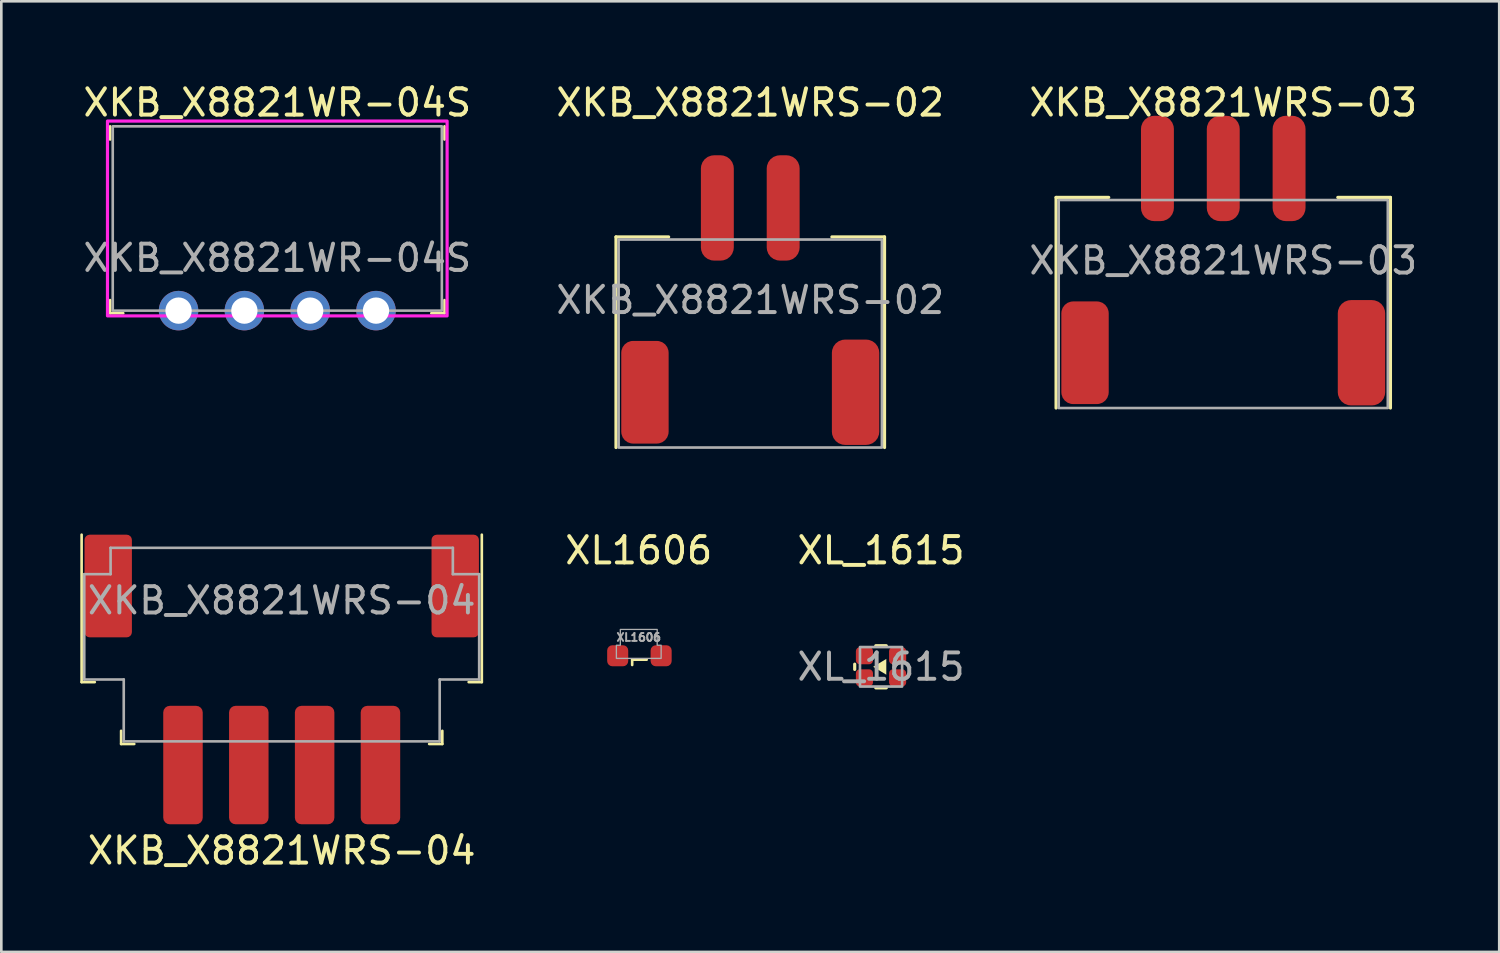
<source format=kicad_pcb>
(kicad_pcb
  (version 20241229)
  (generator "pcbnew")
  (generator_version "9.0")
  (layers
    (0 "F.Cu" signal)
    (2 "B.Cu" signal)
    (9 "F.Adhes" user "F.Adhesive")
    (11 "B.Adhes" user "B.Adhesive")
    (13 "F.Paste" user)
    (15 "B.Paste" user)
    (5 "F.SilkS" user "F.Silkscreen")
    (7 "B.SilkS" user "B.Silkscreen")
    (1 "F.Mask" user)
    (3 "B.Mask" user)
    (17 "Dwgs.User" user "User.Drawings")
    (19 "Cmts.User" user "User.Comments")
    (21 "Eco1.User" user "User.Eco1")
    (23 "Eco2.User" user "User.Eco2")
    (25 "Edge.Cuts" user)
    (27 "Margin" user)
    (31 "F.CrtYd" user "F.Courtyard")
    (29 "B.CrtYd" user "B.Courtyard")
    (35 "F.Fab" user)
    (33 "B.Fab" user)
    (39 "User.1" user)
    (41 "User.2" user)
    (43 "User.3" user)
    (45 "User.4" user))
  (footprint "XL1606"
    (layer "F.Cu")
    (at 21.211 21.857)
    (property "Reference" "XL1606" (at 0 -4 0) (layer "F.SilkS") (effects (font (size 1 1) (thickness 0.15))))
    (attr smd)
    (fp_line (start -0.25 0.15) (end -0.25 0.35) (stroke (width 0.1) (type default)) (layer "F.SilkS"))
    (fp_line (start 0.3 0.15) (end -0.25 0.15) (stroke (width 0.1) (type default)) (layer "F.SilkS"))
    (fp_poly (pts (xy 0.85 -0.4) (xy 0.7 -0.4) (xy 0.7 -1) (xy -0.7 -1) (xy -0.7 -0.4) (xy -0.85 -0.4) (xy -0.85 0.1) (xy 0.85 0.1)) (stroke (width 0.05) (type solid)) (fill no) (layer "F.Fab"))
    (fp_text user "${REFERENCE}" (at 0 -0.7 0) (layer "F.Fab") (effects (font (size 0.3 0.3) (thickness 0.075))))
    (pad "1" smd roundrect (at -0.8 0 90) (size 0.8 0.8) (layers "F.Cu" "F.Mask" "F.Paste") (roundrect_rratio 0.25))
    (pad "2" smd roundrect (at 0.85 0 90) (size 0.8 0.8) (layers "F.Cu" "F.Mask" "F.Paste") (roundrect_rratio 0.25)))
  (footprint "XKB_X8821WRS-03"
    (layer "F.Cu")
    (at 43.411 6.848)
    (property "Reference" "XKB_X8821WRS-03" (at 0 -6 0) (layer "F.SilkS") (effects (font (size 1 1) (thickness 0.15))))
    (attr smd)
    (fp_line (start -6.35 -2.4) (end -6.35 5.6) (stroke (width 0.12) (type default)) (layer "F.SilkS"))
    (fp_line (start -6.35 -2.4) (end -4.35 -2.4) (stroke (width 0.12) (type default)) (layer "F.SilkS"))
    (fp_line (start 6.35 -2.4) (end 4.35 -2.4) (stroke (width 0.12) (type default)) (layer "F.SilkS"))
    (fp_line (start 6.35 -2.4) (end 6.35 5.6) (stroke (width 0.12) (type default)) (layer "F.SilkS"))
    (fp_rect (start -6.25 -2.3) (end 6.25 5.6) (stroke (width 0.1) (type default)) (fill no) (layer "F.Fab"))
    (fp_text user "${REFERENCE}" (at 0 0 0) (layer "F.Fab") (effects (font (size 1 1) (thickness 0.15))))
    (pad "1" smd roundrect (at -2.5 -3.5) (size 1.25 4) (layers "F.Cu" "F.Mask" "F.Paste") (roundrect_rratio 0.4))
    (pad "2" smd roundrect (at 0 -3.5) (size 1.25 4) (layers "F.Cu" "F.Mask" "F.Paste") (roundrect_rratio 0.4))
    (pad "3" smd roundrect (at 2.5 -3.5) (size 1.25 4) (layers "F.Cu" "F.Mask" "F.Paste") (roundrect_rratio 0.4))
    (pad "4" smd roundrect (at 5.25 3.5) (size 1.8 4) (layers "F.Cu" "F.Mask" "F.Paste") (roundrect_rratio 0.278))
    (pad "5" smd roundrect (at -5.25 3.5) (size 1.8 3.9) (layers "F.Cu" "F.Mask" "F.Paste") (roundrect_rratio 0.25)))
  (footprint "XL_1615"
    (layer "F.Cu")
    (at 30.413 22.276)
    (property "Reference" "XL_1615" (at 0 -4.42 0) (layer "F.SilkS") (effects (font (size 1 1) (thickness 0.15))))
    (attr smd)
    (fp_line (start -1 -0.1) (end -1 0.1) (stroke (width 0.12) (type default)) (layer "F.SilkS"))
    (fp_line (start -0.2 -0.8) (end 0.2 -0.8) (stroke (width 0.12) (type default)) (layer "F.SilkS"))
    (fp_line (start -0.2 0.8) (end 0.2 0.8) (stroke (width 0.12) (type default)) (layer "F.SilkS"))
    (fp_poly (pts (xy 0.2 -0.3) (xy -0.3 0) (xy 0.2 0.3)) (stroke (width 0) (type solid)) (fill yes) (layer "F.SilkS"))
    (fp_rect (start -0.8 -0.75) (end 0.8 0.75) (stroke (width 0.1) (type default)) (fill no) (layer "F.Fab"))
    (fp_text user "${REFERENCE}" (at 0 0 0) (layer "F.Fab") (effects (font (size 1 1) (thickness 0.15))))
    (pad "1" smd roundrect (at -0.63 -0.42 180) (size 0.65 0.65) (layers "F.Cu" "F.Mask" "F.Paste") (roundrect_rratio 0.231))
    (pad "2" smd roundrect (at 0.63 -0.42 180) (size 0.65 0.65) (layers "F.Cu" "F.Mask" "F.Paste") (roundrect_rratio 0.231))
    (pad "3" smd roundrect (at -0.63 0.42 180) (size 0.65 0.65) (layers "F.Cu" "F.Mask" "F.Paste") (roundrect_rratio 0.231))
    (pad "4" smd roundrect (at 0.63 0.42 180) (size 0.65 0.65) (layers "F.Cu" "F.Mask" "F.Paste") (roundrect_rratio 0.231)))
  (footprint "XKB_X8821WRS-02"
    (layer "F.Cu")
    (at 25.446 8.348)
    (property "Reference" "XKB_X8821WRS-02" (at 0 -7.5 0) (layer "F.SilkS") (effects (font (size 1 1) (thickness 0.15))))
    (attr smd)
    (fp_line (start -5.1 -2.4) (end -5.1 5.6) (stroke (width 0.12) (type default)) (layer "F.SilkS"))
    (fp_line (start -5.1 -2.4) (end -3.1 -2.4) (stroke (width 0.12) (type default)) (layer "F.SilkS"))
    (fp_line (start 5.1 -2.4) (end 3.1 -2.4) (stroke (width 0.12) (type default)) (layer "F.SilkS"))
    (fp_line (start 5.1 -2.4) (end 5.1 5.6) (stroke (width 0.12) (type default)) (layer "F.SilkS"))
    (fp_rect (start -5 -2.3) (end 5 5.6) (stroke (width 0.1) (type default)) (fill no) (layer "F.Fab"))
    (fp_text user "${REFERENCE}" (at 0 0 0) (layer "F.Fab") (effects (font (size 1 1) (thickness 0.15))))
    (pad "2" smd roundrect (at -1.25 -3.5) (size 1.25 4) (layers "F.Cu" "F.Mask" "F.Paste") (roundrect_rratio 0.4))
    (pad "3" smd roundrect (at 1.25 -3.5) (size 1.25 4) (layers "F.Cu" "F.Mask" "F.Paste") (roundrect_rratio 0.4))
    (pad "5" smd roundrect (at 4 3.5) (size 1.8 4) (layers "F.Cu" "F.Mask" "F.Paste") (roundrect_rratio 0.278))
    (pad "6" smd roundrect (at -4 3.5) (size 1.8 3.9) (layers "F.Cu" "F.Mask" "F.Paste") (roundrect_rratio 0.25)))
  (footprint "XKB_X8821WR-04S"
    (layer "F.Cu")
    (at 7.482 8.748)
    (property "Reference" "XKB_X8821WR-04S" (at 0 -7.9 0) (unlocked yes) (layer "F.SilkS") (effects (font (size 1 1) (thickness 0.15))))
    (attr through_hole)
    (fp_line (start -6.35 -7) (end -6.35 -6.5) (stroke (width 0.1) (type default)) (layer "F.SilkS"))
    (fp_line (start -6.35 -0.4) (end -6.35 0.1) (stroke (width 0.1) (type default)) (layer "F.SilkS"))
    (fp_line (start -6.35 0.1) (end -5.85 0.1) (stroke (width 0.1) (type default)) (layer "F.SilkS"))
    (fp_line (start 5.85 0.1) (end 6.35 0.1) (stroke (width 0.1) (type default)) (layer "F.SilkS"))
    (fp_line (start 6.35 -7) (end 6.35 -6.5) (stroke (width 0.1) (type default)) (layer "F.SilkS"))
    (fp_line (start 6.35 0.1) (end 6.35 -0.4) (stroke (width 0.1) (type default)) (layer "F.SilkS"))
    (fp_rect (start -6.45 -7.2) (end 6.45 0.2) (stroke (width 0.12) (type default)) (fill no) (layer "F.CrtYd"))
    (fp_rect (start -6.25 -7) (end 6.25 0) (stroke (width 0.1) (type default)) (fill no) (layer "F.Fab"))
    (fp_text user "${REFERENCE}" (at 0 -2 0) (unlocked yes) (layer "F.Fab") (effects (font (size 1 1) (thickness 0.15))))
    (pad "1" thru_hole circle (at 3.75 0) (size 1.5 1.5) (drill 1) (layers "*.Cu" "*.Mask"))
    (pad "2" thru_hole circle (at 1.25 0) (size 1.5 1.5) (drill 1) (layers "*.Cu" "*.Mask"))
    (pad "3" thru_hole circle (at -1.25 0) (size 1.5 1.5) (drill 1) (layers "*.Cu" "*.Mask"))
    (pad "4" thru_hole circle (at -3.75 0) (size 1.5 1.5) (drill 1) (layers "*.Cu" "*.Mask")))
  (footprint "XKB_X8821WRS-04"
    (layer "F.Cu")
    (at 7.65 17.258)
    (property "Reference" "XKB_X8821WRS-04" (at 0 12 0) (layer "F.SilkS") (effects (font (size 1 1) (thickness 0.15))))
    (attr smd)
    (fp_line (start -7.6 0) (end -7.6 5.6) (stroke (width 0.1) (type default)) (layer "F.SilkS"))
    (fp_line (start -7.6 5.6) (end -7.1 5.6) (stroke (width 0.1) (type default)) (layer "F.SilkS"))
    (fp_line (start -6.1 7.45) (end -6.1 7.95) (stroke (width 0.1) (type default)) (layer "F.SilkS"))
    (fp_line (start -6.1 7.95) (end -5.6 7.95) (stroke (width 0.1) (type default)) (layer "F.SilkS"))
    (fp_line (start 5.6 7.95) (end 6.1 7.95) (stroke (width 0.1) (type default)) (layer "F.SilkS"))
    (fp_line (start 6.1 7.95) (end 6.1 7.45) (stroke (width 0.1) (type default)) (layer "F.SilkS"))
    (fp_line (start 7.1 5.6) (end 7.6 5.6) (stroke (width 0.1) (type default)) (layer "F.SilkS"))
    (fp_line (start 7.6 5.6) (end 7.6 0) (stroke (width 0.1) (type default)) (layer "F.SilkS"))
    (fp_line (start -7.5 1.5) (end -7.5 5.5) (stroke (width 0.1) (type default)) (layer "F.Fab"))
    (fp_line (start -7.5 5.5) (end -6 5.5) (stroke (width 0.1) (type default)) (layer "F.Fab"))
    (fp_line (start -6.5 0.5) (end -6.5 1.5) (stroke (width 0.1) (type default)) (layer "F.Fab"))
    (fp_line (start -6.5 0.5) (end 6.5 0.5) (stroke (width 0.1) (type default)) (layer "F.Fab"))
    (fp_line (start -6.5 1.5) (end -7.5 1.5) (stroke (width 0.1) (type default)) (layer "F.Fab"))
    (fp_line (start -6 5.5) (end -6 7.85) (stroke (width 0.1) (type default)) (layer "F.Fab"))
    (fp_line (start -6 7.85) (end 6 7.85) (stroke (width 0.1) (type default)) (layer "F.Fab"))
    (fp_line (start 6 5.5) (end 6 7.85) (stroke (width 0.1) (type default)) (layer "F.Fab"))
    (fp_line (start 6 5.5) (end 7.5 5.5) (stroke (width 0.1) (type default)) (layer "F.Fab"))
    (fp_line (start 6.5 1.5) (end 6.5 0.5) (stroke (width 0.1) (type default)) (layer "F.Fab"))
    (fp_line (start 7.5 1.5) (end 6.5 1.5) (stroke (width 0.1) (type default)) (layer "F.Fab"))
    (fp_line (start 7.5 1.5) (end 7.5 5.5) (stroke (width 0.1) (type default)) (layer "F.Fab"))
    (fp_text user "${REFERENCE}" (at 0 2.5 0) (layer "F.Fab") (effects (font (size 1 1) (thickness 0.15))))
    (pad "1" smd roundrect (at -3.75 8.75) (size 1.5 4.5) (layers "F.Cu" "F.Mask" "F.Paste") (roundrect_rratio 0.167))
    (pad "2" smd roundrect (at -1.25 8.75) (size 1.5 4.5) (layers "F.Cu" "F.Mask" "F.Paste") (roundrect_rratio 0.167))
    (pad "3" smd roundrect (at 1.25 8.75) (size 1.5 4.5) (layers "F.Cu" "F.Mask" "F.Paste") (roundrect_rratio 0.167))
    (pad "4" smd roundrect (at 3.75 8.75) (size 1.5 4.5) (layers "F.Cu" "F.Mask" "F.Paste") (roundrect_rratio 0.167))
    (pad "MP" smd roundrect (at -6.59 1.95) (size 1.8 3.9) (layers "F.Cu" "F.Mask" "F.Paste") (roundrect_rratio 0.111))
    (pad "MP" smd roundrect (at 6.59 1.95) (size 1.8 3.9) (layers "F.Cu" "F.Mask" "F.Paste") (roundrect_rratio 0.111)))
  (gr_rect
    (start -3 -3)
    (end 53.893 33.106)
    (stroke (width 0.1) (type default))
    (fill no)
    (layer "Edge.Cuts")))
</source>
